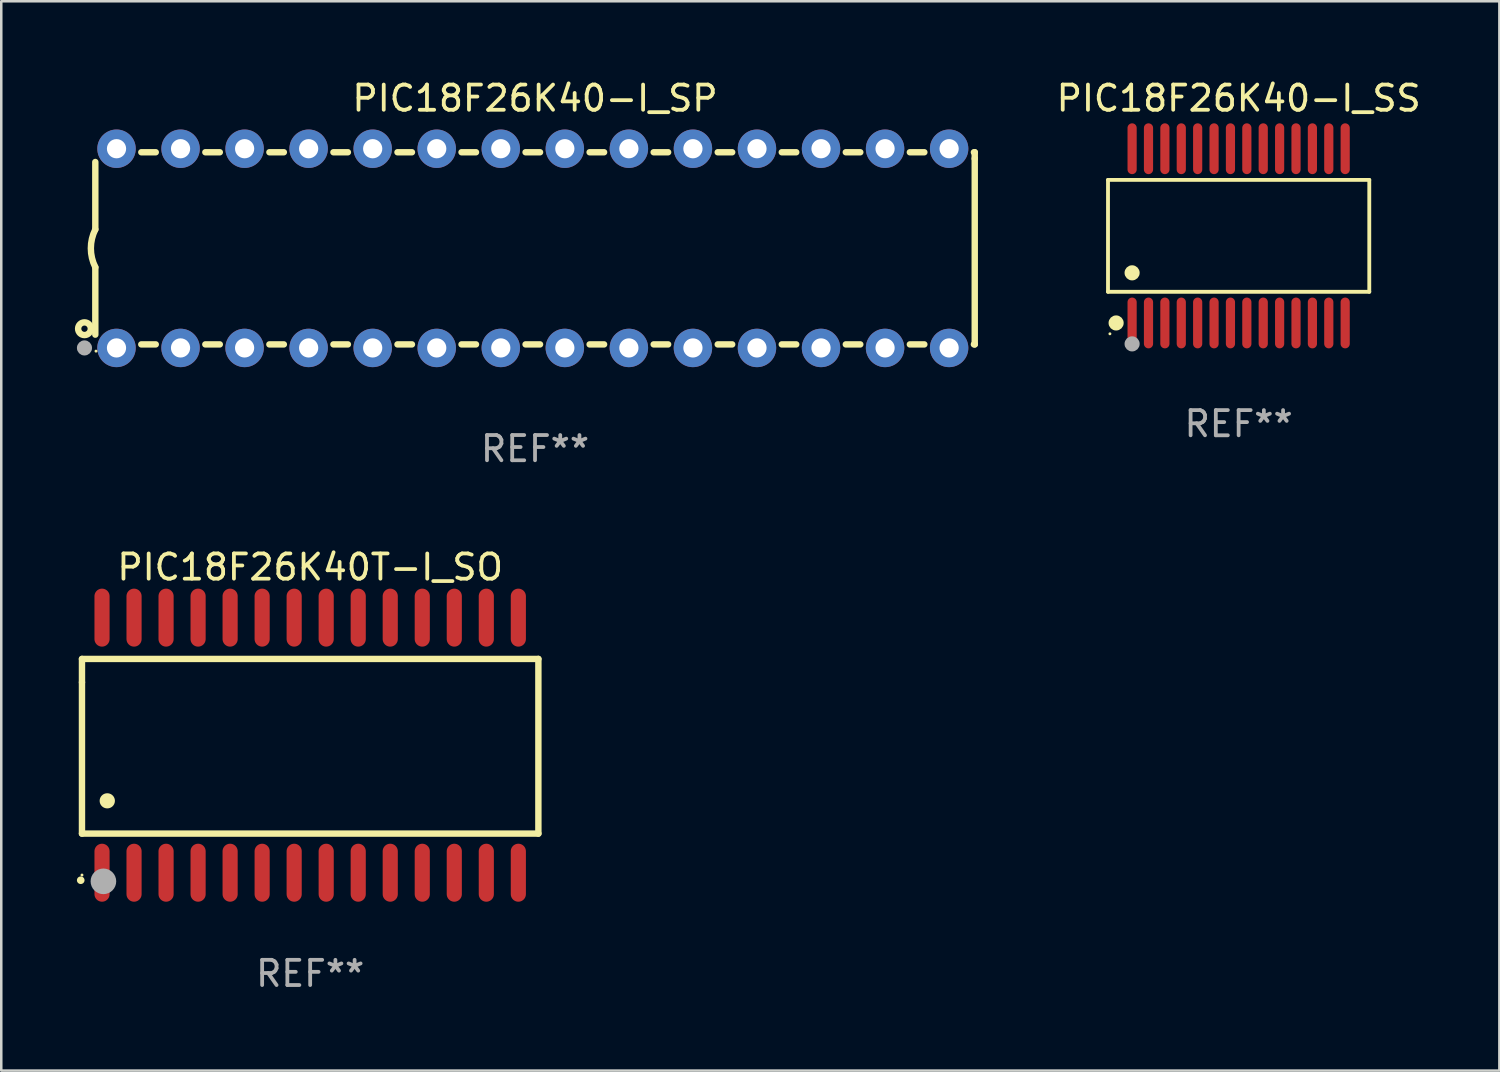
<source format=kicad_pcb>
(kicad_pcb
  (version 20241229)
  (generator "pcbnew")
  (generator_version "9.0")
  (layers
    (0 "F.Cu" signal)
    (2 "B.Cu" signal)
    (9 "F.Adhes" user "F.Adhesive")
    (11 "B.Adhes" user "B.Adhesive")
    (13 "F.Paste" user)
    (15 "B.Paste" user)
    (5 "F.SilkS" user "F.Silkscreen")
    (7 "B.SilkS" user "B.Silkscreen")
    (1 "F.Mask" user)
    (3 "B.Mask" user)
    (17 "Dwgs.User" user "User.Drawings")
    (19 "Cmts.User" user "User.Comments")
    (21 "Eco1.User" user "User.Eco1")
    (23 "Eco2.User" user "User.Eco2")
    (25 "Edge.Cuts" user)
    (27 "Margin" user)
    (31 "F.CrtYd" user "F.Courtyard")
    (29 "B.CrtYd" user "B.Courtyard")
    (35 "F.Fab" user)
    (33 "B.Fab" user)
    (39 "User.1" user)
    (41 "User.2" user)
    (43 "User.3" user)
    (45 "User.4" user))
  (footprint "PIC18F26K40-I_SS"
    (layer "F.Cu")
    (at 46.072 6.303)
    (property "Reference" "PIC18F26K40-I_SS" (at 0 -5.455 0) (layer "F.SilkS") (effects (font (size 1 1) (thickness 0.15))))
    (attr through_hole)
    (fp_line (start -5.181 -2.219) (end 5.181 -2.219) (stroke (width 0.152) (type solid)) (layer "F.SilkS"))
    (fp_line (start -5.181 2.219) (end -5.181 -2.219) (stroke (width 0.152) (type solid)) (layer "F.SilkS"))
    (fp_line (start 5.181 -2.219) (end 5.181 2.219) (stroke (width 0.152) (type solid)) (layer "F.SilkS"))
    (fp_line (start 5.181 2.219) (end -5.181 2.219) (stroke (width 0.152) (type solid)) (layer "F.SilkS"))
    (fp_circle (center -5.105 3.885) (end -5.075 3.885) (stroke (width 0.06) (type solid)) (fill no) (layer "F.SilkS"))
    (fp_circle (center -4.859 3.455) (end -4.709 3.455) (stroke (width 0.3) (type solid)) (fill no) (layer "F.SilkS"))
    (fp_circle (center -4.225 1.467) (end -4.075 1.467) (stroke (width 0.3) (type solid)) (fill no) (layer "F.SilkS"))
    (fp_circle (center -4.225 4.285) (end -4.075 4.285) (stroke (width 0.3) (type solid)) (fill no) (layer "F.Fab"))
    (fp_text user "REF**" (at 0 7.455 0) (layer "F.Fab") (effects (font (size 1 1) (thickness 0.15))))
    (pad "1" smd oval (at -4.225 3.455) (size 0.364 2.015) (layers "F.Cu" "F.Mask" "F.Paste"))
    (pad "2" smd oval (at -3.575 3.455) (size 0.364 2.015) (layers "F.Cu" "F.Mask" "F.Paste"))
    (pad "3" smd oval (at -2.925 3.455) (size 0.364 2.015) (layers "F.Cu" "F.Mask" "F.Paste"))
    (pad "4" smd oval (at -2.275 3.455) (size 0.364 2.015) (layers "F.Cu" "F.Mask" "F.Paste"))
    (pad "5" smd oval (at -1.625 3.455) (size 0.364 2.015) (layers "F.Cu" "F.Mask" "F.Paste"))
    (pad "6" smd oval (at -0.975 3.455) (size 0.364 2.015) (layers "F.Cu" "F.Mask" "F.Paste"))
    (pad "7" smd oval (at -0.325 3.455) (size 0.364 2.015) (layers "F.Cu" "F.Mask" "F.Paste"))
    (pad "8" smd oval (at 0.325 3.455) (size 0.364 2.015) (layers "F.Cu" "F.Mask" "F.Paste"))
    (pad "9" smd oval (at 0.975 3.455) (size 0.364 2.015) (layers "F.Cu" "F.Mask" "F.Paste"))
    (pad "10" smd oval (at 1.625 3.455) (size 0.364 2.015) (layers "F.Cu" "F.Mask" "F.Paste"))
    (pad "11" smd oval (at 2.275 3.455) (size 0.364 2.015) (layers "F.Cu" "F.Mask" "F.Paste"))
    (pad "12" smd oval (at 2.925 3.455) (size 0.364 2.015) (layers "F.Cu" "F.Mask" "F.Paste"))
    (pad "13" smd oval (at 3.575 3.455) (size 0.364 2.015) (layers "F.Cu" "F.Mask" "F.Paste"))
    (pad "14" smd oval (at 4.225 3.455) (size 0.364 2.015) (layers "F.Cu" "F.Mask" "F.Paste"))
    (pad "15" smd oval (at 4.225 -3.455) (size 0.364 2.015) (layers "F.Cu" "F.Mask" "F.Paste"))
    (pad "16" smd oval (at 3.575 -3.455) (size 0.364 2.015) (layers "F.Cu" "F.Mask" "F.Paste"))
    (pad "17" smd oval (at 2.925 -3.455) (size 0.364 2.015) (layers "F.Cu" "F.Mask" "F.Paste"))
    (pad "18" smd oval (at 2.275 -3.455) (size 0.364 2.015) (layers "F.Cu" "F.Mask" "F.Paste"))
    (pad "19" smd oval (at 1.625 -3.455) (size 0.364 2.015) (layers "F.Cu" "F.Mask" "F.Paste"))
    (pad "20" smd oval (at 0.975 -3.455) (size 0.364 2.015) (layers "F.Cu" "F.Mask" "F.Paste"))
    (pad "21" smd oval (at 0.325 -3.455) (size 0.364 2.015) (layers "F.Cu" "F.Mask" "F.Paste"))
    (pad "22" smd oval (at -0.325 -3.455) (size 0.364 2.015) (layers "F.Cu" "F.Mask" "F.Paste"))
    (pad "23" smd oval (at -0.975 -3.455) (size 0.364 2.015) (layers "F.Cu" "F.Mask" "F.Paste"))
    (pad "24" smd oval (at -1.625 -3.455) (size 0.364 2.015) (layers "F.Cu" "F.Mask" "F.Paste"))
    (pad "25" smd oval (at -2.275 -3.455) (size 0.364 2.015) (layers "F.Cu" "F.Mask" "F.Paste"))
    (pad "26" smd oval (at -2.925 -3.455) (size 0.364 2.015) (layers "F.Cu" "F.Mask" "F.Paste"))
    (pad "27" smd oval (at -3.575 -3.455) (size 0.364 2.015) (layers "F.Cu" "F.Mask" "F.Paste"))
    (pad "28" smd oval (at -4.225 -3.455) (size 0.364 2.015) (layers "F.Cu" "F.Mask" "F.Paste")))
  (footprint "PIC18F26K40T-I_SO"
    (layer "F.Cu")
    (at 9.251 26.502)
    (property "Reference" "PIC18F26K40T-I_SO" (at 0 -7.058 0) (layer "F.SilkS") (effects (font (size 1 1) (thickness 0.15))))
    (attr through_hole)
    (fp_line (start -9.05 -3.42) (end 9.05 -3.42) (stroke (width 0.254) (type solid)) (layer "F.SilkS"))
    (fp_line (start -9.05 -2.492) (end -9.05 -3.42) (stroke (width 0.254) (type solid)) (layer "F.SilkS"))
    (fp_line (start -9.05 3.508) (end -9.05 -2.492) (stroke (width 0.254) (type solid)) (layer "F.SilkS"))
    (fp_line (start 9.05 -3.42) (end 9.05 3.508) (stroke (width 0.254) (type solid)) (layer "F.SilkS"))
    (fp_line (start 9.05 3.508) (end -9.05 3.508) (stroke (width 0.254) (type solid)) (layer "F.SilkS"))
    (fp_arc (start -9.100838 5.35649) (mid -9.099568 5.356485) (end -9.098298 5.35649) (stroke (width 0.3) (type solid)) (layer "F.SilkS"))
    (fp_arc (start -8.049276 2.206883) (mid -8.046736 2.206872) (end -8.044196 2.206883) (stroke (width 0.6) (type solid)) (layer "F.SilkS"))
    (fp_circle (center -9.05 5.15) (end -9.02 5.15) (stroke (width 0.06) (type solid)) (fill no) (layer "F.SilkS"))
    (fp_circle (center -8.2 5.4) (end -7.946 5.4) (stroke (width 0.508) (type solid)) (fill no) (layer "F.Fab"))
    (fp_text user "REF**" (at 0 9.058 0) (layer "F.Fab") (effects (font (size 1 1) (thickness 0.15))))
    (pad "1" smd oval (at -8.255 5.058 180) (size 0.6 2.3) (layers "F.Cu" "F.Mask" "F.Paste"))
    (pad "2" smd oval (at -6.985 5.058 180) (size 0.6 2.3) (layers "F.Cu" "F.Mask" "F.Paste"))
    (pad "3" smd oval (at -5.715 5.058 180) (size 0.6 2.3) (layers "F.Cu" "F.Mask" "F.Paste"))
    (pad "4" smd oval (at -4.445 5.058 180) (size 0.6 2.3) (layers "F.Cu" "F.Mask" "F.Paste"))
    (pad "5" smd oval (at -3.175 5.058 180) (size 0.6 2.3) (layers "F.Cu" "F.Mask" "F.Paste"))
    (pad "6" smd oval (at -1.905 5.058 180) (size 0.6 2.3) (layers "F.Cu" "F.Mask" "F.Paste"))
    (pad "7" smd oval (at -0.635 5.058 180) (size 0.6 2.3) (layers "F.Cu" "F.Mask" "F.Paste"))
    (pad "8" smd oval (at 0.635 5.058 180) (size 0.6 2.3) (layers "F.Cu" "F.Mask" "F.Paste"))
    (pad "9" smd oval (at 1.905 5.058 180) (size 0.6 2.3) (layers "F.Cu" "F.Mask" "F.Paste"))
    (pad "10" smd oval (at 3.175 5.058 180) (size 0.6 2.3) (layers "F.Cu" "F.Mask" "F.Paste"))
    (pad "11" smd oval (at 4.445 5.058 180) (size 0.6 2.3) (layers "F.Cu" "F.Mask" "F.Paste"))
    (pad "12" smd oval (at 5.715 5.058 180) (size 0.6 2.3) (layers "F.Cu" "F.Mask" "F.Paste"))
    (pad "13" smd oval (at 6.985 5.058 180) (size 0.6 2.3) (layers "F.Cu" "F.Mask" "F.Paste"))
    (pad "14" smd oval (at 8.255 5.058 180) (size 0.6 2.3) (layers "F.Cu" "F.Mask" "F.Paste"))
    (pad "15" smd oval (at 8.255 -5.058 180) (size 0.6 2.3) (layers "F.Cu" "F.Mask" "F.Paste"))
    (pad "16" smd oval (at 6.985 -5.058 180) (size 0.6 2.3) (layers "F.Cu" "F.Mask" "F.Paste"))
    (pad "17" smd oval (at 5.715 -5.058 180) (size 0.6 2.3) (layers "F.Cu" "F.Mask" "F.Paste"))
    (pad "18" smd oval (at 4.445 -5.058 180) (size 0.6 2.3) (layers "F.Cu" "F.Mask" "F.Paste"))
    (pad "19" smd oval (at 3.175 -5.058 180) (size 0.6 2.3) (layers "F.Cu" "F.Mask" "F.Paste"))
    (pad "20" smd oval (at 1.905 -5.058 180) (size 0.6 2.3) (layers "F.Cu" "F.Mask" "F.Paste"))
    (pad "21" smd oval (at 0.635 -5.058 180) (size 0.6 2.3) (layers "F.Cu" "F.Mask" "F.Paste"))
    (pad "22" smd oval (at -0.635 -5.058 180) (size 0.6 2.3) (layers "F.Cu" "F.Mask" "F.Paste"))
    (pad "23" smd oval (at -1.905 -5.058 180) (size 0.6 2.3) (layers "F.Cu" "F.Mask" "F.Paste"))
    (pad "24" smd oval (at -3.175 -5.058 180) (size 0.6 2.3) (layers "F.Cu" "F.Mask" "F.Paste"))
    (pad "25" smd oval (at -4.445 -5.058 180) (size 0.6 2.3) (layers "F.Cu" "F.Mask" "F.Paste"))
    (pad "26" smd oval (at -5.715 -5.058 180) (size 0.6 2.3) (layers "F.Cu" "F.Mask" "F.Paste"))
    (pad "27" smd oval (at -6.985 -5.058 180) (size 0.6 2.3) (layers "F.Cu" "F.Mask" "F.Paste"))
    (pad "28" smd oval (at -8.255 -5.058 180) (size 0.6 2.3) (layers "F.Cu" "F.Mask" "F.Paste")))
  (footprint "PIC18F26K40-I_SP"
    (layer "F.Cu")
    (at 18.168 6.798)
    (property "Reference" "PIC18F26K40-I_SP" (at 0 -5.95 0) (layer "F.SilkS") (effects (font (size 1 1) (thickness 0.15))))
    (attr through_hole)
    (fp_line (start -17.438 0.75) (end -17.438 3.423) (stroke (width 0.254) (type solid)) (layer "F.SilkS"))
    (fp_line (start -17.438 -3.423) (end -17.438 -0.75) (stroke (width 0.254) (type solid)) (layer "F.SilkS"))
    (fp_line (start -15.615 3.81) (end -15.041 3.81) (stroke (width 0.254) (type solid)) (layer "F.SilkS"))
    (fp_line (start -15.041 -3.81) (end -15.614 -3.81) (stroke (width 0.254) (type solid)) (layer "F.SilkS"))
    (fp_line (start -13.075 3.81) (end -12.501 3.81) (stroke (width 0.254) (type solid)) (layer "F.SilkS"))
    (fp_line (start -12.501 -3.81) (end -13.074 -3.81) (stroke (width 0.254) (type solid)) (layer "F.SilkS"))
    (fp_line (start -10.535 3.81) (end -9.961 3.81) (stroke (width 0.254) (type solid)) (layer "F.SilkS"))
    (fp_line (start -9.961 -3.81) (end -10.534 -3.81) (stroke (width 0.254) (type solid)) (layer "F.SilkS"))
    (fp_line (start -7.995 3.81) (end -7.421 3.81) (stroke (width 0.254) (type solid)) (layer "F.SilkS"))
    (fp_line (start -7.421 -3.81) (end -7.995 -3.81) (stroke (width 0.254) (type solid)) (layer "F.SilkS"))
    (fp_line (start -5.455 3.81) (end -4.881 3.81) (stroke (width 0.254) (type solid)) (layer "F.SilkS"))
    (fp_line (start -4.881 -3.81) (end -5.455 -3.81) (stroke (width 0.254) (type solid)) (layer "F.SilkS"))
    (fp_line (start -2.915 3.81) (end -2.341 3.81) (stroke (width 0.254) (type solid)) (layer "F.SilkS"))
    (fp_line (start -2.341 -3.81) (end -2.915 -3.81) (stroke (width 0.254) (type solid)) (layer "F.SilkS"))
    (fp_line (start -0.375 3.81) (end 0.199 3.81) (stroke (width 0.254) (type solid)) (layer "F.SilkS"))
    (fp_line (start 0.199 -3.81) (end -0.375 -3.81) (stroke (width 0.254) (type solid)) (layer "F.SilkS"))
    (fp_line (start 2.165 3.81) (end 2.739 3.81) (stroke (width 0.254) (type solid)) (layer "F.SilkS"))
    (fp_line (start 2.739 -3.81) (end 2.165 -3.81) (stroke (width 0.254) (type solid)) (layer "F.SilkS"))
    (fp_line (start 4.705 3.81) (end 5.279 3.81) (stroke (width 0.254) (type solid)) (layer "F.SilkS"))
    (fp_line (start 5.279 -3.81) (end 4.705 -3.81) (stroke (width 0.254) (type solid)) (layer "F.SilkS"))
    (fp_line (start 7.245 3.81) (end 7.819 3.81) (stroke (width 0.254) (type solid)) (layer "F.SilkS"))
    (fp_line (start 7.819 -3.81) (end 7.245 -3.81) (stroke (width 0.254) (type solid)) (layer "F.SilkS"))
    (fp_line (start 9.785 3.81) (end 10.359 3.81) (stroke (width 0.254) (type solid)) (layer "F.SilkS"))
    (fp_line (start 10.359 -3.81) (end 9.785 -3.81) (stroke (width 0.254) (type solid)) (layer "F.SilkS"))
    (fp_line (start 12.325 3.81) (end 12.899 3.81) (stroke (width 0.254) (type solid)) (layer "F.SilkS"))
    (fp_line (start 12.899 -3.81) (end 12.325 -3.81) (stroke (width 0.254) (type solid)) (layer "F.SilkS"))
    (fp_line (start 14.865 3.81) (end 15.439 3.81) (stroke (width 0.254) (type solid)) (layer "F.SilkS"))
    (fp_line (start 15.439 -3.81) (end 14.865 -3.81) (stroke (width 0.254) (type solid)) (layer "F.SilkS"))
    (fp_line (start 17.405 3.81) (end 17.438 3.81) (stroke (width 0.254) (type solid)) (layer "F.SilkS"))
    (fp_line (start 17.438 -3.81) (end 17.405 -3.81) (stroke (width 0.254) (type solid)) (layer "F.SilkS"))
    (fp_line (start 17.438 -3.556) (end 17.438 -3.81) (stroke (width 0.254) (type solid)) (layer "F.SilkS"))
    (fp_line (start 17.438 3.81) (end 17.438 -3.556) (stroke (width 0.254) (type solid)) (layer "F.SilkS"))
    (fp_arc (start -17.437986 0.749657) (mid -17.614887 -0.000024) (end -17.437783 -0.749657) (stroke (width 0.254001) (type solid)) (layer "F.SilkS"))
    (fp_circle (center -17.868 3.188) (end -17.743 3.188) (stroke (width 0.254) (type solid)) (fill no) (layer "F.SilkS"))
    (fp_circle (center -17.411 4.077) (end -17.381 4.077) (stroke (width 0.06) (type solid)) (fill no) (layer "F.SilkS"))
    (fp_circle (center -17.868 3.95) (end -17.718 3.95) (stroke (width 0.3) (type solid)) (fill no) (layer "F.Fab"))
    (fp_text user "REF**" (at 0 7.95 0) (layer "F.Fab") (effects (font (size 1 1) (thickness 0.15))))
    (pad "1" thru_hole circle (at -16.598 3.95) (size 1.524 1.524) (drill 0.762) (layers "*.Cu" "*.Mask"))
    (pad "2" thru_hole circle (at -14.058 3.95) (size 1.524 1.524) (drill 0.762) (layers "*.Cu" "*.Mask"))
    (pad "3" thru_hole circle (at -11.518 3.95) (size 1.524 1.524) (drill 0.762) (layers "*.Cu" "*.Mask"))
    (pad "4" thru_hole circle (at -8.978 3.95) (size 1.524 1.524) (drill 0.762) (layers "*.Cu" "*.Mask"))
    (pad "5" thru_hole circle (at -6.438 3.95) (size 1.524 1.524) (drill 0.762) (layers "*.Cu" "*.Mask"))
    (pad "6" thru_hole circle (at -3.898 3.95) (size 1.524 1.524) (drill 0.762) (layers "*.Cu" "*.Mask"))
    (pad "7" thru_hole circle (at -1.358 3.95) (size 1.524 1.524) (drill 0.762) (layers "*.Cu" "*.Mask"))
    (pad "8" thru_hole circle (at 1.182 3.95) (size 1.524 1.524) (drill 0.762) (layers "*.Cu" "*.Mask"))
    (pad "9" thru_hole circle (at 3.722 3.95) (size 1.524 1.524) (drill 0.762) (layers "*.Cu" "*.Mask"))
    (pad "10" thru_hole circle (at 6.262 3.95) (size 1.524 1.524) (drill 0.762) (layers "*.Cu" "*.Mask"))
    (pad "11" thru_hole circle (at 8.802 3.95) (size 1.524 1.524) (drill 0.762) (layers "*.Cu" "*.Mask"))
    (pad "12" thru_hole circle (at 11.342 3.95) (size 1.524 1.524) (drill 0.762) (layers "*.Cu" "*.Mask"))
    (pad "13" thru_hole circle (at 13.882 3.95) (size 1.524 1.524) (drill 0.762) (layers "*.Cu" "*.Mask"))
    (pad "14" thru_hole circle (at 16.422 3.95) (size 1.524 1.524) (drill 0.762) (layers "*.Cu" "*.Mask"))
    (pad "15" thru_hole circle (at 16.422 -3.95) (size 1.524 1.524) (drill 0.762) (layers "*.Cu" "*.Mask"))
    (pad "16" thru_hole circle (at 13.882 -3.95) (size 1.524 1.524) (drill 0.762) (layers "*.Cu" "*.Mask"))
    (pad "17" thru_hole circle (at 11.342 -3.95) (size 1.524 1.524) (drill 0.762) (layers "*.Cu" "*.Mask"))
    (pad "18" thru_hole circle (at 8.802 -3.95) (size 1.524 1.524) (drill 0.762) (layers "*.Cu" "*.Mask"))
    (pad "19" thru_hole circle (at 6.262 -3.95) (size 1.524 1.524) (drill 0.762) (layers "*.Cu" "*.Mask"))
    (pad "20" thru_hole circle (at 3.722 -3.95) (size 1.524 1.524) (drill 0.762) (layers "*.Cu" "*.Mask"))
    (pad "21" thru_hole circle (at 1.182 -3.95) (size 1.524 1.524) (drill 0.762) (layers "*.Cu" "*.Mask"))
    (pad "22" thru_hole circle (at -1.358 -3.95) (size 1.524 1.524) (drill 0.762) (layers "*.Cu" "*.Mask"))
    (pad "23" thru_hole circle (at -3.898 -3.95) (size 1.524 1.524) (drill 0.762) (layers "*.Cu" "*.Mask"))
    (pad "24" thru_hole circle (at -6.438 -3.95) (size 1.524 1.524) (drill 0.762) (layers "*.Cu" "*.Mask"))
    (pad "25" thru_hole circle (at -8.978 -3.95) (size 1.524 1.524) (drill 0.762) (layers "*.Cu" "*.Mask"))
    (pad "26" thru_hole circle (at -11.517 -3.95) (size 1.524 1.524) (drill 0.762) (layers "*.Cu" "*.Mask"))
    (pad "27" thru_hole circle (at -14.057 -3.95) (size 1.524 1.524) (drill 0.762) (layers "*.Cu" "*.Mask"))
    (pad "28" thru_hole circle (at -16.597 -3.95) (size 1.524 1.524) (drill 0.762) (layers "*.Cu" "*.Mask")))
  (gr_rect
    (start -3 -3)
    (end 56.412 39.408)
    (stroke (width 0.1) (type default))
    (fill no)
    (layer "Edge.Cuts")))
</source>
